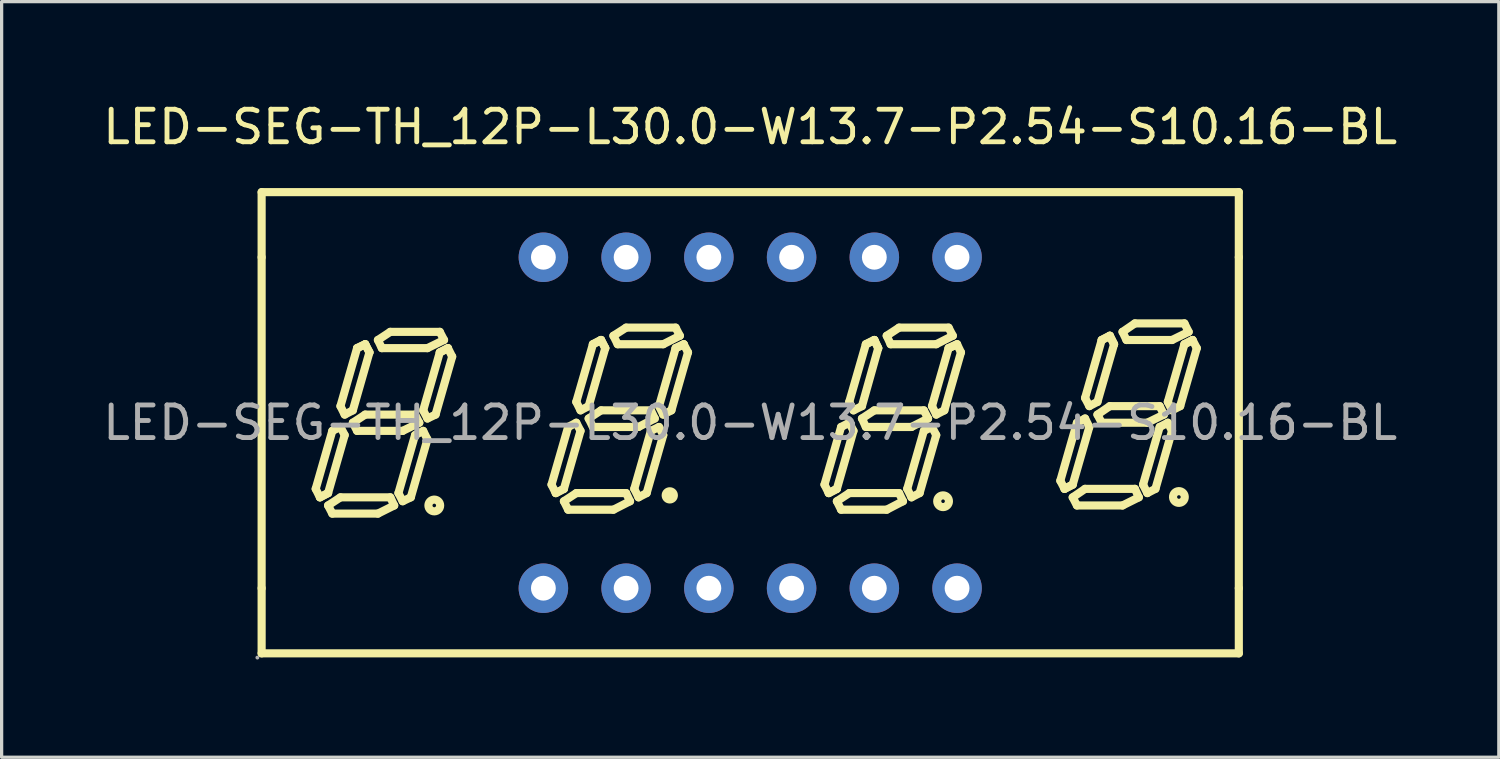
<source format=kicad_pcb>
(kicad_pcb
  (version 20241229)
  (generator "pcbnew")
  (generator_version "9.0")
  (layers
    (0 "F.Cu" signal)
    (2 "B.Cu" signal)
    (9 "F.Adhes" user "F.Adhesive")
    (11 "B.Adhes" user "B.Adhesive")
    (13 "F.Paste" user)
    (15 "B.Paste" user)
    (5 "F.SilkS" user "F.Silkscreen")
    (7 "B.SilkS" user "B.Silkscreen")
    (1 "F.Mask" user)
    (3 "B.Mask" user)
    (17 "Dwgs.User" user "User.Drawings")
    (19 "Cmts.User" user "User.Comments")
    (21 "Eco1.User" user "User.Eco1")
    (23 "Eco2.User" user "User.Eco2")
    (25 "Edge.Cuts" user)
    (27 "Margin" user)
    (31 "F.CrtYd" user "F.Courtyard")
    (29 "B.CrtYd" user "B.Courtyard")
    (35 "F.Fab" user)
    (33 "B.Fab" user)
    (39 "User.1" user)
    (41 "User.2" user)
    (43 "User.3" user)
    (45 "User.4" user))
  (footprint "LED-SEG-TH_12P-L30.0-W13.7-P2.54-S10.16-BL"
    (layer "F.Cu")
    (at 19.982 9.928)
    (property "Reference" "LED-SEG-TH_12P-L30.0-W13.7-P2.54-S10.16-BL" (at 0 -9.08 0) (layer "F.SilkS") (effects (font (size 1 1) (thickness 0.15))))
    (attr through_hole)
    (fp_line (start -15 -7.08) (end 15 -7.08) (stroke (width 0.25) (type solid)) (layer "F.SilkS"))
    (fp_line (start -15 -5.08) (end -15 -7.08) (stroke (width 0.25) (type solid)) (layer "F.SilkS"))
    (fp_line (start -15 5.08) (end -15 -5.08) (stroke (width 0.25) (type solid)) (layer "F.SilkS"))
    (fp_line (start -15 7.08) (end -15 5.08) (stroke (width 0.25) (type solid)) (layer "F.SilkS"))
    (fp_line (start -13.34 2.03) (end -13.21 2.29) (stroke (width 0.25) (type solid)) (layer "F.SilkS"))
    (fp_line (start -13.21 2.29) (end -12.96 2.16) (stroke (width 0.25) (type solid)) (layer "F.SilkS"))
    (fp_line (start -13.21 2.29) (end -12.96 2.16) (stroke (width 0.25) (type solid)) (layer "F.SilkS"))
    (fp_line (start -12.96 2.16) (end -12.45 0.38) (stroke (width 0.25) (type solid)) (layer "F.SilkS"))
    (fp_line (start -12.96 2.54) (end -12.58 2.29) (stroke (width 0.25) (type solid)) (layer "F.SilkS"))
    (fp_line (start -12.83 0.25) (end -13.34 2.03) (stroke (width 0.25) (type solid)) (layer "F.SilkS"))
    (fp_line (start -12.83 2.79) (end -12.96 2.54) (stroke (width 0.25) (type solid)) (layer "F.SilkS"))
    (fp_line (start -12.58 -0.51) (end -12.45 -0.25) (stroke (width 0.25) (type solid)) (layer "F.SilkS"))
    (fp_line (start -12.58 0.13) (end -12.83 0.25) (stroke (width 0.25) (type solid)) (layer "F.SilkS"))
    (fp_line (start -12.58 2.29) (end -11.05 2.29) (stroke (width 0.25) (type solid)) (layer "F.SilkS"))
    (fp_line (start -12.45 -0.25) (end -12.2 -0.38) (stroke (width 0.25) (type solid)) (layer "F.SilkS"))
    (fp_line (start -12.45 0.38) (end -12.58 0.13) (stroke (width 0.25) (type solid)) (layer "F.SilkS"))
    (fp_line (start -12.2 -0.38) (end -11.69 -2.16) (stroke (width 0.25) (type solid)) (layer "F.SilkS"))
    (fp_line (start -12.2 0) (end -11.82 -0.25) (stroke (width 0.25) (type solid)) (layer "F.SilkS"))
    (fp_line (start -12.07 -2.29) (end -12.58 -0.51) (stroke (width 0.25) (type solid)) (layer "F.SilkS"))
    (fp_line (start -12.07 -2.29) (end -11.82 -2.41) (stroke (width 0.25) (type solid)) (layer "F.SilkS"))
    (fp_line (start -12.07 0.25) (end -12.2 0) (stroke (width 0.25) (type solid)) (layer "F.SilkS"))
    (fp_line (start -11.82 -2.41) (end -12.07 -2.29) (stroke (width 0.25) (type solid)) (layer "F.SilkS"))
    (fp_line (start -11.82 -2.41) (end -11.69 -2.16) (stroke (width 0.25) (type solid)) (layer "F.SilkS"))
    (fp_line (start -11.82 -0.25) (end -10.29 -0.25) (stroke (width 0.25) (type solid)) (layer "F.SilkS"))
    (fp_line (start -11.69 -2.16) (end -11.82 -2.41) (stroke (width 0.25) (type solid)) (layer "F.SilkS"))
    (fp_line (start -11.43 -2.54) (end -11.05 -2.79) (stroke (width 0.25) (type solid)) (layer "F.SilkS"))
    (fp_line (start -11.43 2.79) (end -12.83 2.79) (stroke (width 0.25) (type solid)) (layer "F.SilkS"))
    (fp_line (start -11.31 -2.29) (end -11.43 -2.54) (stroke (width 0.25) (type solid)) (layer "F.SilkS"))
    (fp_line (start -11.05 -2.79) (end -9.53 -2.79) (stroke (width 0.25) (type solid)) (layer "F.SilkS"))
    (fp_line (start -11.05 2.29) (end -10.93 2.54) (stroke (width 0.25) (type solid)) (layer "F.SilkS"))
    (fp_line (start -10.93 2.54) (end -11.43 2.79) (stroke (width 0.25) (type solid)) (layer "F.SilkS"))
    (fp_line (start -10.8 2.16) (end -10.67 2.41) (stroke (width 0.25) (type solid)) (layer "F.SilkS"))
    (fp_line (start -10.67 0.25) (end -12.07 0.25) (stroke (width 0.25) (type solid)) (layer "F.SilkS"))
    (fp_line (start -10.67 2.41) (end -10.42 2.29) (stroke (width 0.25) (type solid)) (layer "F.SilkS"))
    (fp_line (start -10.42 2.29) (end -9.91 0.51) (stroke (width 0.25) (type solid)) (layer "F.SilkS"))
    (fp_line (start -10.29 -0.25) (end -10.16 0) (stroke (width 0.25) (type solid)) (layer "F.SilkS"))
    (fp_line (start -10.29 0.38) (end -10.8 2.16) (stroke (width 0.25) (type solid)) (layer "F.SilkS"))
    (fp_line (start -10.16 0) (end -10.67 0.25) (stroke (width 0.25) (type solid)) (layer "F.SilkS"))
    (fp_line (start -10.04 -0.38) (end -9.53 -2.16) (stroke (width 0.25) (type solid)) (layer "F.SilkS"))
    (fp_line (start -10.04 0.25) (end -10.29 0.38) (stroke (width 0.25) (type solid)) (layer "F.SilkS"))
    (fp_line (start -9.91 -2.29) (end -11.31 -2.29) (stroke (width 0.25) (type solid)) (layer "F.SilkS"))
    (fp_line (start -9.91 -0.13) (end -10.04 -0.38) (stroke (width 0.25) (type solid)) (layer "F.SilkS"))
    (fp_line (start -9.91 0.51) (end -10.04 0.25) (stroke (width 0.25) (type solid)) (layer "F.SilkS"))
    (fp_line (start -9.66 -0.25) (end -9.91 -0.13) (stroke (width 0.25) (type solid)) (layer "F.SilkS"))
    (fp_line (start -9.53 -2.79) (end -9.4 -2.54) (stroke (width 0.25) (type solid)) (layer "F.SilkS"))
    (fp_line (start -9.53 -2.16) (end -9.28 -2.29) (stroke (width 0.25) (type solid)) (layer "F.SilkS"))
    (fp_line (start -9.4 -2.54) (end -9.91 -2.29) (stroke (width 0.25) (type solid)) (layer "F.SilkS"))
    (fp_line (start -9.28 -2.29) (end -9.53 -2.16) (stroke (width 0.25) (type solid)) (layer "F.SilkS"))
    (fp_line (start -9.28 -2.29) (end -9.15 -2.03) (stroke (width 0.25) (type solid)) (layer "F.SilkS"))
    (fp_line (start -9.15 -2.03) (end -9.66 -0.25) (stroke (width 0.25) (type solid)) (layer "F.SilkS"))
    (fp_line (start -6.1 1.9) (end -5.97 2.16) (stroke (width 0.25) (type solid)) (layer "F.SilkS"))
    (fp_line (start -5.97 2.16) (end -5.72 2.03) (stroke (width 0.25) (type solid)) (layer "F.SilkS"))
    (fp_line (start -5.97 2.16) (end -5.72 2.03) (stroke (width 0.25) (type solid)) (layer "F.SilkS"))
    (fp_line (start -5.72 2.03) (end -5.21 0.25) (stroke (width 0.25) (type solid)) (layer "F.SilkS"))
    (fp_line (start -5.72 2.41) (end -5.34 2.16) (stroke (width 0.25) (type solid)) (layer "F.SilkS"))
    (fp_line (start -5.59 0.13) (end -6.1 1.9) (stroke (width 0.25) (type solid)) (layer "F.SilkS"))
    (fp_line (start -5.59 2.67) (end -5.72 2.41) (stroke (width 0.25) (type solid)) (layer "F.SilkS"))
    (fp_line (start -5.34 -0.64) (end -5.21 -0.38) (stroke (width 0.25) (type solid)) (layer "F.SilkS"))
    (fp_line (start -5.34 0) (end -5.59 0.13) (stroke (width 0.25) (type solid)) (layer "F.SilkS"))
    (fp_line (start -5.34 2.16) (end -3.81 2.16) (stroke (width 0.25) (type solid)) (layer "F.SilkS"))
    (fp_line (start -5.21 -0.38) (end -4.96 -0.51) (stroke (width 0.25) (type solid)) (layer "F.SilkS"))
    (fp_line (start -5.21 0.25) (end -5.34 0) (stroke (width 0.25) (type solid)) (layer "F.SilkS"))
    (fp_line (start -4.96 -0.51) (end -4.45 -2.29) (stroke (width 0.25) (type solid)) (layer "F.SilkS"))
    (fp_line (start -4.96 -0.13) (end -4.58 -0.38) (stroke (width 0.25) (type solid)) (layer "F.SilkS"))
    (fp_line (start -4.83 -2.41) (end -5.34 -0.64) (stroke (width 0.25) (type solid)) (layer "F.SilkS"))
    (fp_line (start -4.83 0.13) (end -4.96 -0.13) (stroke (width 0.25) (type solid)) (layer "F.SilkS"))
    (fp_line (start -4.58 -2.54) (end -4.83 -2.41) (stroke (width 0.25) (type solid)) (layer "F.SilkS"))
    (fp_line (start -4.58 -2.54) (end -4.83 -2.41) (stroke (width 0.25) (type solid)) (layer "F.SilkS"))
    (fp_line (start -4.58 -0.38) (end -3.05 -0.38) (stroke (width 0.25) (type solid)) (layer "F.SilkS"))
    (fp_line (start -4.45 -2.29) (end -4.58 -2.54) (stroke (width 0.25) (type solid)) (layer "F.SilkS"))
    (fp_line (start -4.45 -2.29) (end -4.58 -2.54) (stroke (width 0.25) (type solid)) (layer "F.SilkS"))
    (fp_line (start -4.2 -2.67) (end -3.81 -2.92) (stroke (width 0.25) (type solid)) (layer "F.SilkS"))
    (fp_line (start -4.2 2.67) (end -5.59 2.67) (stroke (width 0.25) (type solid)) (layer "F.SilkS"))
    (fp_line (start -4.07 -2.41) (end -4.2 -2.67) (stroke (width 0.25) (type solid)) (layer "F.SilkS"))
    (fp_line (start -3.81 -2.92) (end -2.29 -2.92) (stroke (width 0.25) (type solid)) (layer "F.SilkS"))
    (fp_line (start -3.81 2.16) (end -3.69 2.41) (stroke (width 0.25) (type solid)) (layer "F.SilkS"))
    (fp_line (start -3.69 2.41) (end -4.2 2.67) (stroke (width 0.25) (type solid)) (layer "F.SilkS"))
    (fp_line (start -3.56 2.03) (end -3.43 2.29) (stroke (width 0.25) (type solid)) (layer "F.SilkS"))
    (fp_line (start -3.43 0.13) (end -4.83 0.13) (stroke (width 0.25) (type solid)) (layer "F.SilkS"))
    (fp_line (start -3.43 2.29) (end -3.18 2.16) (stroke (width 0.25) (type solid)) (layer "F.SilkS"))
    (fp_line (start -3.18 2.16) (end -2.67 0.38) (stroke (width 0.25) (type solid)) (layer "F.SilkS"))
    (fp_line (start -3.05 -0.38) (end -2.93 -0.13) (stroke (width 0.25) (type solid)) (layer "F.SilkS"))
    (fp_line (start -3.05 0.25) (end -3.56 2.03) (stroke (width 0.25) (type solid)) (layer "F.SilkS"))
    (fp_line (start -2.93 -0.13) (end -3.43 0.13) (stroke (width 0.25) (type solid)) (layer "F.SilkS"))
    (fp_line (start -2.8 -0.51) (end -2.67 -0.25) (stroke (width 0.25) (type solid)) (layer "F.SilkS"))
    (fp_line (start -2.8 0.13) (end -3.05 0.25) (stroke (width 0.25) (type solid)) (layer "F.SilkS"))
    (fp_line (start -2.67 -2.41) (end -4.07 -2.41) (stroke (width 0.25) (type solid)) (layer "F.SilkS"))
    (fp_line (start -2.67 -0.25) (end -2.42 -0.38) (stroke (width 0.25) (type solid)) (layer "F.SilkS"))
    (fp_line (start -2.67 0.38) (end -2.8 0.13) (stroke (width 0.25) (type solid)) (layer "F.SilkS"))
    (fp_line (start -2.42 -0.38) (end -1.91 -2.16) (stroke (width 0.25) (type solid)) (layer "F.SilkS"))
    (fp_line (start -2.29 -2.92) (end -2.16 -2.67) (stroke (width 0.25) (type solid)) (layer "F.SilkS"))
    (fp_line (start -2.29 -2.29) (end -2.8 -0.51) (stroke (width 0.25) (type solid)) (layer "F.SilkS"))
    (fp_line (start -2.29 -2.29) (end -2.04 -2.41) (stroke (width 0.25) (type solid)) (layer "F.SilkS"))
    (fp_line (start -2.16 -2.67) (end -2.67 -2.41) (stroke (width 0.25) (type solid)) (layer "F.SilkS"))
    (fp_line (start -2.04 -2.41) (end -2.29 -2.29) (stroke (width 0.25) (type solid)) (layer "F.SilkS"))
    (fp_line (start -1.91 -2.16) (end -2.04 -2.41) (stroke (width 0.25) (type solid)) (layer "F.SilkS"))
    (fp_line (start 2.28 1.9) (end 2.41 2.16) (stroke (width 0.25) (type solid)) (layer "F.SilkS"))
    (fp_line (start 2.41 2.16) (end 2.66 2.03) (stroke (width 0.25) (type solid)) (layer "F.SilkS"))
    (fp_line (start 2.41 2.16) (end 2.66 2.03) (stroke (width 0.25) (type solid)) (layer "F.SilkS"))
    (fp_line (start 2.66 2.03) (end 3.17 0.25) (stroke (width 0.25) (type solid)) (layer "F.SilkS"))
    (fp_line (start 2.66 2.41) (end 3.04 2.16) (stroke (width 0.25) (type solid)) (layer "F.SilkS"))
    (fp_line (start 2.79 0.13) (end 2.28 1.9) (stroke (width 0.25) (type solid)) (layer "F.SilkS"))
    (fp_line (start 2.79 2.67) (end 2.66 2.41) (stroke (width 0.25) (type solid)) (layer "F.SilkS"))
    (fp_line (start 3.04 -0.64) (end 3.17 -0.38) (stroke (width 0.25) (type solid)) (layer "F.SilkS"))
    (fp_line (start 3.04 0) (end 2.79 0.13) (stroke (width 0.25) (type solid)) (layer "F.SilkS"))
    (fp_line (start 3.04 2.16) (end 4.57 2.16) (stroke (width 0.25) (type solid)) (layer "F.SilkS"))
    (fp_line (start 3.17 -0.38) (end 3.43 -0.51) (stroke (width 0.25) (type solid)) (layer "F.SilkS"))
    (fp_line (start 3.17 0.25) (end 3.04 0) (stroke (width 0.25) (type solid)) (layer "F.SilkS"))
    (fp_line (start 3.43 -0.51) (end 3.93 -2.29) (stroke (width 0.25) (type solid)) (layer "F.SilkS"))
    (fp_line (start 3.43 -0.13) (end 3.81 -0.38) (stroke (width 0.25) (type solid)) (layer "F.SilkS"))
    (fp_line (start 3.55 -2.41) (end 3.04 -0.64) (stroke (width 0.25) (type solid)) (layer "F.SilkS"))
    (fp_line (start 3.55 -2.41) (end 3.81 -2.54) (stroke (width 0.25) (type solid)) (layer "F.SilkS"))
    (fp_line (start 3.55 0.13) (end 3.43 -0.13) (stroke (width 0.25) (type solid)) (layer "F.SilkS"))
    (fp_line (start 3.81 -2.54) (end 3.55 -2.41) (stroke (width 0.25) (type solid)) (layer "F.SilkS"))
    (fp_line (start 3.81 -2.54) (end 3.93 -2.29) (stroke (width 0.25) (type solid)) (layer "F.SilkS"))
    (fp_line (start 3.81 -0.38) (end 5.33 -0.38) (stroke (width 0.25) (type solid)) (layer "F.SilkS"))
    (fp_line (start 3.93 -2.29) (end 3.81 -2.54) (stroke (width 0.25) (type solid)) (layer "F.SilkS"))
    (fp_line (start 4.19 -2.67) (end 4.57 -2.92) (stroke (width 0.25) (type solid)) (layer "F.SilkS"))
    (fp_line (start 4.19 2.67) (end 2.79 2.67) (stroke (width 0.25) (type solid)) (layer "F.SilkS"))
    (fp_line (start 4.31 -2.41) (end 4.19 -2.67) (stroke (width 0.25) (type solid)) (layer "F.SilkS"))
    (fp_line (start 4.57 -2.92) (end 6.09 -2.92) (stroke (width 0.25) (type solid)) (layer "F.SilkS"))
    (fp_line (start 4.57 2.16) (end 4.69 2.41) (stroke (width 0.25) (type solid)) (layer "F.SilkS"))
    (fp_line (start 4.69 2.41) (end 4.19 2.67) (stroke (width 0.25) (type solid)) (layer "F.SilkS"))
    (fp_line (start 4.82 2.03) (end 4.95 2.29) (stroke (width 0.25) (type solid)) (layer "F.SilkS"))
    (fp_line (start 4.95 0.13) (end 3.55 0.13) (stroke (width 0.25) (type solid)) (layer "F.SilkS"))
    (fp_line (start 4.95 2.29) (end 5.2 2.16) (stroke (width 0.25) (type solid)) (layer "F.SilkS"))
    (fp_line (start 5.2 2.16) (end 5.71 0.38) (stroke (width 0.25) (type solid)) (layer "F.SilkS"))
    (fp_line (start 5.33 -0.38) (end 5.46 -0.13) (stroke (width 0.25) (type solid)) (layer "F.SilkS"))
    (fp_line (start 5.33 0.25) (end 4.82 2.03) (stroke (width 0.25) (type solid)) (layer "F.SilkS"))
    (fp_line (start 5.46 -0.13) (end 4.95 0.13) (stroke (width 0.25) (type solid)) (layer "F.SilkS"))
    (fp_line (start 5.58 -0.51) (end 6.09 -2.29) (stroke (width 0.25) (type solid)) (layer "F.SilkS"))
    (fp_line (start 5.58 0.13) (end 5.33 0.25) (stroke (width 0.25) (type solid)) (layer "F.SilkS"))
    (fp_line (start 5.71 -2.41) (end 4.31 -2.41) (stroke (width 0.25) (type solid)) (layer "F.SilkS"))
    (fp_line (start 5.71 -0.25) (end 5.58 -0.51) (stroke (width 0.25) (type solid)) (layer "F.SilkS"))
    (fp_line (start 5.71 0.38) (end 5.58 0.13) (stroke (width 0.25) (type solid)) (layer "F.SilkS"))
    (fp_line (start 5.96 -0.38) (end 5.71 -0.25) (stroke (width 0.25) (type solid)) (layer "F.SilkS"))
    (fp_line (start 6.09 -2.92) (end 6.22 -2.67) (stroke (width 0.25) (type solid)) (layer "F.SilkS"))
    (fp_line (start 6.09 -2.29) (end 6.35 -2.41) (stroke (width 0.25) (type solid)) (layer "F.SilkS"))
    (fp_line (start 6.22 -2.67) (end 5.71 -2.41) (stroke (width 0.25) (type solid)) (layer "F.SilkS"))
    (fp_line (start 6.35 -2.41) (end 6.09 -2.29) (stroke (width 0.25) (type solid)) (layer "F.SilkS"))
    (fp_line (start 6.35 -2.41) (end 6.47 -2.16) (stroke (width 0.25) (type solid)) (layer "F.SilkS"))
    (fp_line (start 6.47 -2.16) (end 5.96 -0.38) (stroke (width 0.25) (type solid)) (layer "F.SilkS"))
    (fp_line (start 9.52 1.78) (end 9.65 2.03) (stroke (width 0.25) (type solid)) (layer "F.SilkS"))
    (fp_line (start 9.65 2.03) (end 9.9 1.9) (stroke (width 0.25) (type solid)) (layer "F.SilkS"))
    (fp_line (start 9.65 2.03) (end 9.9 1.9) (stroke (width 0.25) (type solid)) (layer "F.SilkS"))
    (fp_line (start 9.9 1.9) (end 10.41 0.13) (stroke (width 0.25) (type solid)) (layer "F.SilkS"))
    (fp_line (start 9.9 2.29) (end 10.28 2.03) (stroke (width 0.25) (type solid)) (layer "F.SilkS"))
    (fp_line (start 10.03 0) (end 9.52 1.78) (stroke (width 0.25) (type solid)) (layer "F.SilkS"))
    (fp_line (start 10.03 2.54) (end 9.9 2.29) (stroke (width 0.25) (type solid)) (layer "F.SilkS"))
    (fp_line (start 10.28 -0.76) (end 10.41 -0.51) (stroke (width 0.25) (type solid)) (layer "F.SilkS"))
    (fp_line (start 10.28 -0.13) (end 10.03 0) (stroke (width 0.25) (type solid)) (layer "F.SilkS"))
    (fp_line (start 10.28 2.03) (end 11.81 2.03) (stroke (width 0.25) (type solid)) (layer "F.SilkS"))
    (fp_line (start 10.41 -0.51) (end 10.66 -0.64) (stroke (width 0.25) (type solid)) (layer "F.SilkS"))
    (fp_line (start 10.41 0.13) (end 10.28 -0.13) (stroke (width 0.25) (type solid)) (layer "F.SilkS"))
    (fp_line (start 10.66 -0.64) (end 11.17 -2.41) (stroke (width 0.25) (type solid)) (layer "F.SilkS"))
    (fp_line (start 10.66 -0.25) (end 11.04 -0.51) (stroke (width 0.25) (type solid)) (layer "F.SilkS"))
    (fp_line (start 10.79 -2.54) (end 10.28 -0.76) (stroke (width 0.25) (type solid)) (layer "F.SilkS"))
    (fp_line (start 10.79 0) (end 10.66 -0.25) (stroke (width 0.25) (type solid)) (layer "F.SilkS"))
    (fp_line (start 11.04 -2.67) (end 10.79 -2.54) (stroke (width 0.25) (type solid)) (layer "F.SilkS"))
    (fp_line (start 11.04 -2.67) (end 10.79 -2.54) (stroke (width 0.25) (type solid)) (layer "F.SilkS"))
    (fp_line (start 11.04 -0.51) (end 12.57 -0.51) (stroke (width 0.25) (type solid)) (layer "F.SilkS"))
    (fp_line (start 11.17 -2.41) (end 11.04 -2.67) (stroke (width 0.25) (type solid)) (layer "F.SilkS"))
    (fp_line (start 11.17 -2.41) (end 11.04 -2.67) (stroke (width 0.25) (type solid)) (layer "F.SilkS"))
    (fp_line (start 11.43 -2.79) (end 11.81 -3.05) (stroke (width 0.25) (type solid)) (layer "F.SilkS"))
    (fp_line (start 11.43 2.54) (end 10.03 2.54) (stroke (width 0.25) (type solid)) (layer "F.SilkS"))
    (fp_line (start 11.55 -2.54) (end 11.43 -2.79) (stroke (width 0.25) (type solid)) (layer "F.SilkS"))
    (fp_line (start 11.81 -3.05) (end 13.33 -3.05) (stroke (width 0.25) (type solid)) (layer "F.SilkS"))
    (fp_line (start 11.81 2.03) (end 11.93 2.29) (stroke (width 0.25) (type solid)) (layer "F.SilkS"))
    (fp_line (start 11.93 2.29) (end 11.43 2.54) (stroke (width 0.25) (type solid)) (layer "F.SilkS"))
    (fp_line (start 12.06 1.9) (end 12.19 2.16) (stroke (width 0.25) (type solid)) (layer "F.SilkS"))
    (fp_line (start 12.19 0) (end 10.79 0) (stroke (width 0.25) (type solid)) (layer "F.SilkS"))
    (fp_line (start 12.19 2.16) (end 12.44 2.03) (stroke (width 0.25) (type solid)) (layer "F.SilkS"))
    (fp_line (start 12.44 2.03) (end 12.95 0.25) (stroke (width 0.25) (type solid)) (layer "F.SilkS"))
    (fp_line (start 12.57 -0.51) (end 12.7 -0.25) (stroke (width 0.25) (type solid)) (layer "F.SilkS"))
    (fp_line (start 12.57 0.13) (end 12.06 1.9) (stroke (width 0.25) (type solid)) (layer "F.SilkS"))
    (fp_line (start 12.7 -0.25) (end 12.19 0) (stroke (width 0.25) (type solid)) (layer "F.SilkS"))
    (fp_line (start 12.82 -0.64) (end 12.95 -0.38) (stroke (width 0.25) (type solid)) (layer "F.SilkS"))
    (fp_line (start 12.82 0) (end 12.57 0.13) (stroke (width 0.25) (type solid)) (layer "F.SilkS"))
    (fp_line (start 12.95 -2.54) (end 11.55 -2.54) (stroke (width 0.25) (type solid)) (layer "F.SilkS"))
    (fp_line (start 12.95 -0.38) (end 13.2 -0.51) (stroke (width 0.25) (type solid)) (layer "F.SilkS"))
    (fp_line (start 12.95 0.25) (end 12.82 0) (stroke (width 0.25) (type solid)) (layer "F.SilkS"))
    (fp_line (start 13.2 -0.51) (end 13.71 -2.29) (stroke (width 0.25) (type solid)) (layer "F.SilkS"))
    (fp_line (start 13.33 -3.05) (end 13.46 -2.79) (stroke (width 0.25) (type solid)) (layer "F.SilkS"))
    (fp_line (start 13.33 -2.41) (end 12.82 -0.64) (stroke (width 0.25) (type solid)) (layer "F.SilkS"))
    (fp_line (start 13.33 -2.41) (end 13.58 -2.54) (stroke (width 0.25) (type solid)) (layer "F.SilkS"))
    (fp_line (start 13.46 -2.79) (end 12.95 -2.54) (stroke (width 0.25) (type solid)) (layer "F.SilkS"))
    (fp_line (start 13.58 -2.54) (end 13.33 -2.41) (stroke (width 0.25) (type solid)) (layer "F.SilkS"))
    (fp_line (start 13.71 -2.29) (end 13.58 -2.54) (stroke (width 0.25) (type solid)) (layer "F.SilkS"))
    (fp_line (start 15 -7.08) (end 15 -5.08) (stroke (width 0.25) (type solid)) (layer "F.SilkS"))
    (fp_line (start 15 -5.08) (end 15 5.08) (stroke (width 0.25) (type solid)) (layer "F.SilkS"))
    (fp_line (start 15 5.08) (end 15 7.08) (stroke (width 0.25) (type solid)) (layer "F.SilkS"))
    (fp_line (start 15 7.08) (end -15 7.08) (stroke (width 0.25) (type solid)) (layer "F.SilkS"))
    (fp_arc (start -9.7 2.36) (mid -9.695006 2.719931) (end -9.709985 2.360277) (stroke (width 0.25) (type solid)) (layer "F.SilkS"))
    (fp_arc (start -2.47 2.23) (mid -2.47 2.23) (end -2.47 2.23) (stroke (width 0.25) (type solid)) (layer "F.SilkS"))
    (fp_arc (start 5.92 2.23) (mid 5.924994 2.589931) (end 5.910015 2.230277) (stroke (width 0.25) (type solid)) (layer "F.SilkS"))
    (fp_arc (start 13.16 2.1) (mid 13.164994 2.459931) (end 13.150015 2.100277) (stroke (width 0.25) (type solid)) (layer "F.SilkS"))
    (fp_circle (center -15.13 7.21) (end -15.1 7.21) (stroke (width 0.06) (type solid)) (fill no) (layer "F.Fab"))
    (fp_circle (center -6.35 -5.08) (end -6.21 -5.08) (stroke (width 0.28) (type solid)) (fill no) (layer "F.Fab"))
    (fp_circle (center -6.35 5.08) (end -6.21 5.08) (stroke (width 0.28) (type solid)) (fill no) (layer "F.Fab"))
    (fp_circle (center -3.81 -5.08) (end -3.67 -5.08) (stroke (width 0.28) (type solid)) (fill no) (layer "F.Fab"))
    (fp_circle (center -3.81 5.08) (end -3.67 5.08) (stroke (width 0.28) (type solid)) (fill no) (layer "F.Fab"))
    (fp_circle (center -1.27 -5.08) (end -1.13 -5.08) (stroke (width 0.28) (type solid)) (fill no) (layer "F.Fab"))
    (fp_circle (center -1.27 5.08) (end -1.13 5.08) (stroke (width 0.28) (type solid)) (fill no) (layer "F.Fab"))
    (fp_circle (center 1.27 -5.08) (end 1.41 -5.08) (stroke (width 0.28) (type solid)) (fill no) (layer "F.Fab"))
    (fp_circle (center 1.27 5.08) (end 1.41 5.08) (stroke (width 0.28) (type solid)) (fill no) (layer "F.Fab"))
    (fp_circle (center 3.81 -5.08) (end 3.95 -5.08) (stroke (width 0.28) (type solid)) (fill no) (layer "F.Fab"))
    (fp_circle (center 3.81 5.08) (end 3.95 5.08) (stroke (width 0.28) (type solid)) (fill no) (layer "F.Fab"))
    (fp_circle (center 6.35 -5.08) (end 6.49 -5.08) (stroke (width 0.28) (type solid)) (fill no) (layer "F.Fab"))
    (fp_circle (center 6.35 5.08) (end 6.49 5.08) (stroke (width 0.28) (type solid)) (fill no) (layer "F.Fab"))
    (fp_text user "${REFERENCE}" (at 0 0 0) (layer "F.Fab") (effects (font (size 1 1) (thickness 0.15))))
    (pad "1" thru_hole circle (at -6.35 5.08) (size 1.52 1.52) (drill 0.762) (layers "*.Cu" "*.Paste" "*.Mask"))
    (pad "2" thru_hole circle (at -3.81 5.08) (size 1.52 1.52) (drill 0.762) (layers "*.Cu" "*.Paste" "*.Mask"))
    (pad "3" thru_hole circle (at -1.27 5.08) (size 1.52 1.52) (drill 0.762) (layers "*.Cu" "*.Paste" "*.Mask"))
    (pad "4" thru_hole circle (at 1.27 5.08) (size 1.52 1.52) (drill 0.762) (layers "*.Cu" "*.Paste" "*.Mask"))
    (pad "5" thru_hole circle (at 3.81 5.08) (size 1.52 1.52) (drill 0.762) (layers "*.Cu" "*.Paste" "*.Mask"))
    (pad "6" thru_hole circle (at 6.35 5.08) (size 1.52 1.52) (drill 0.762) (layers "*.Cu" "*.Paste" "*.Mask"))
    (pad "7" thru_hole circle (at 6.35 -5.08) (size 1.52 1.52) (drill 0.762) (layers "*.Cu" "*.Paste" "*.Mask"))
    (pad "8" thru_hole circle (at 3.81 -5.08) (size 1.52 1.52) (drill 0.762) (layers "*.Cu" "*.Paste" "*.Mask"))
    (pad "9" thru_hole circle (at 1.27 -5.08) (size 1.52 1.52) (drill 0.762) (layers "*.Cu" "*.Paste" "*.Mask"))
    (pad "10" thru_hole circle (at -1.27 -5.08) (size 1.52 1.52) (drill 0.762) (layers "*.Cu" "*.Paste" "*.Mask"))
    (pad "11" thru_hole circle (at -3.81 -5.08) (size 1.52 1.52) (drill 0.762) (layers "*.Cu" "*.Paste" "*.Mask"))
    (pad "12" thru_hole circle (at -6.35 -5.08) (size 1.52 1.52) (drill 0.762) (layers "*.Cu" "*.Paste" "*.Mask")))
  (gr_rect
    (start -3 -3)
    (end 42.964 20.198)
    (stroke (width 0.1) (type default))
    (fill no)
    (layer "Edge.Cuts")))
</source>
